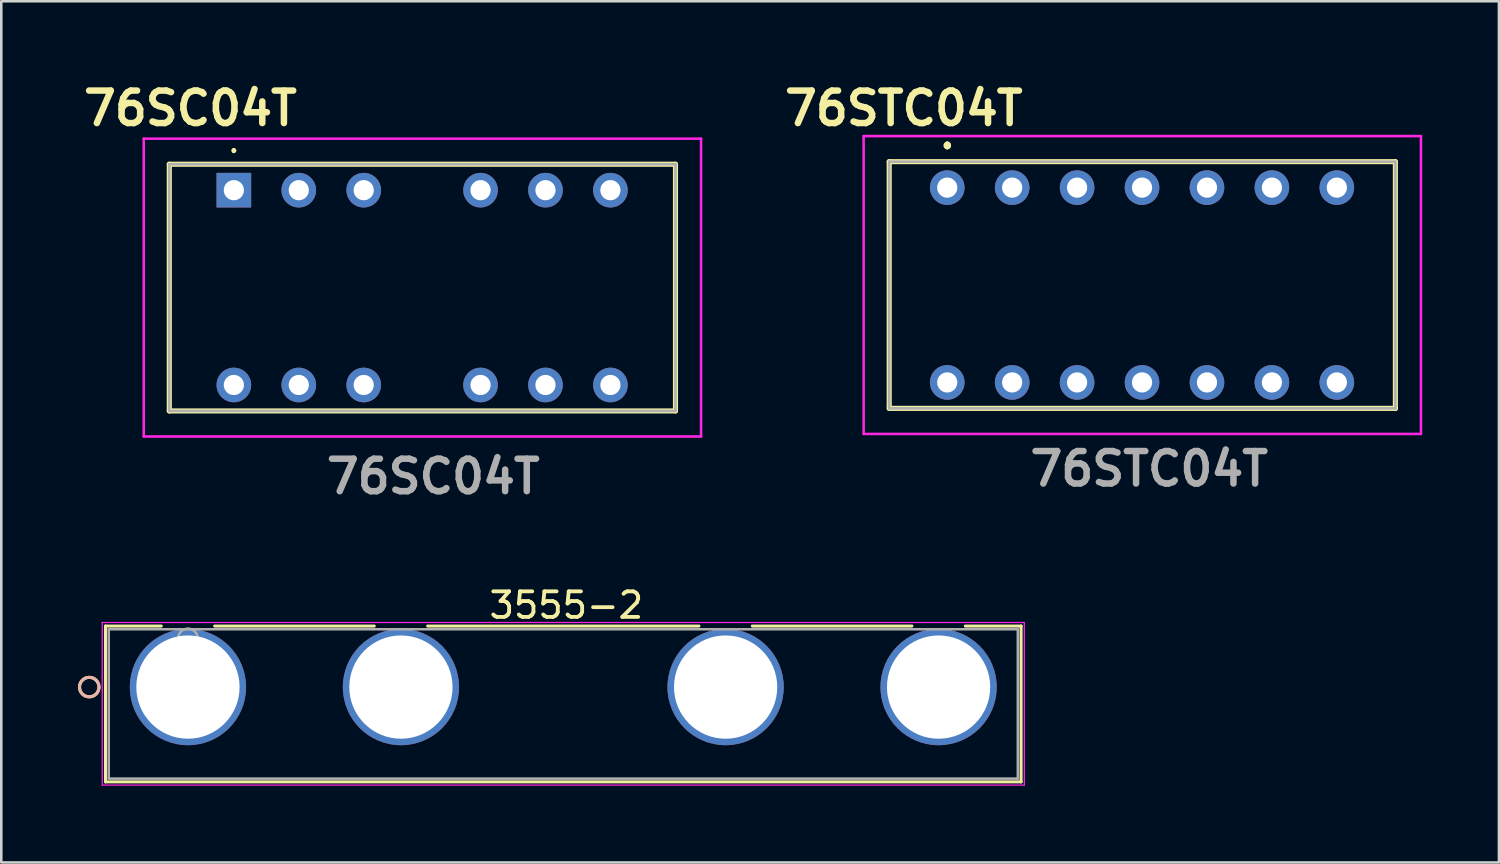
<source format=kicad_pcb>
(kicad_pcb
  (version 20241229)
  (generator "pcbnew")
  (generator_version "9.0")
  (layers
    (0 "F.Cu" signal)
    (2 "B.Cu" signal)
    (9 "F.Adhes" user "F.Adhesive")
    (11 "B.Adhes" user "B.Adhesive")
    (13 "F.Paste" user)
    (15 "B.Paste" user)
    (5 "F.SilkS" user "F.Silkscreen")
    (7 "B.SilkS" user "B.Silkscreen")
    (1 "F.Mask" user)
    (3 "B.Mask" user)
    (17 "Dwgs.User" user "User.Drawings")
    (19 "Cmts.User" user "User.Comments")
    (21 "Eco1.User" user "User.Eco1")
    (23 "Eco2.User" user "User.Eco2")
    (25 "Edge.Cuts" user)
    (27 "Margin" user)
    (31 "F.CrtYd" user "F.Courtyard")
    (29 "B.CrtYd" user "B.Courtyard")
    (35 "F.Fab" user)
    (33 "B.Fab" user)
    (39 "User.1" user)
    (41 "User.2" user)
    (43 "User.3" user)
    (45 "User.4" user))
  (footprint "76STC04T"
    (layer "F.Cu")
    (at 34.002 4.289)
    (property "Reference" "76STC04T" (at -1.7 -3.1 0) (layer "F.SilkS") (effects (font (size 1.27 1.27) (thickness 0.254))))
    (attr through_hole)
    (fp_line (start -2.27 -1.015) (end 17.53 -1.015) (stroke (width 0.2) (type solid)) (layer "F.SilkS"))
    (fp_line (start -2.27 8.635) (end -2.27 -1.015) (stroke (width 0.2) (type solid)) (layer "F.SilkS"))
    (fp_line (start 0 -1.7) (end 0 -1.7) (stroke (width 0.2) (type solid)) (layer "F.SilkS"))
    (fp_line (start 0 -1.6) (end 0 -1.6) (stroke (width 0.2) (type solid)) (layer "F.SilkS"))
    (fp_line (start 0 -1.6) (end 0 -1.6) (stroke (width 0.2) (type solid)) (layer "F.SilkS"))
    (fp_line (start 17.53 -1.015) (end 17.53 8.635) (stroke (width 0.2) (type solid)) (layer "F.SilkS"))
    (fp_line (start 17.53 8.635) (end -2.27 8.635) (stroke (width 0.2) (type solid)) (layer "F.SilkS"))
    (fp_arc (start 0 -1.7) (mid 0.05 -1.65) (end 0 -1.6) (stroke (width 0.2) (type solid)) (layer "F.SilkS"))
    (fp_arc (start 0 -1.7) (mid 0.05 -1.65) (end 0 -1.6) (stroke (width 0.2) (type solid)) (layer "F.SilkS"))
    (fp_arc (start 0 -1.6) (mid -0.05 -1.65) (end 0 -1.7) (stroke (width 0.2) (type solid)) (layer "F.SilkS"))
    (fp_line (start -3.27 -2.015) (end 18.53 -2.015) (stroke (width 0.1) (type solid)) (layer "F.CrtYd"))
    (fp_line (start -3.27 9.635) (end -3.27 -2.015) (stroke (width 0.1) (type solid)) (layer "F.CrtYd"))
    (fp_line (start 18.53 -2.015) (end 18.53 9.635) (stroke (width 0.1) (type solid)) (layer "F.CrtYd"))
    (fp_line (start 18.53 9.635) (end -3.27 9.635) (stroke (width 0.1) (type solid)) (layer "F.CrtYd"))
    (fp_line (start -2.27 -1.015) (end -2.27 8.635) (stroke (width 0.1) (type solid)) (layer "F.Fab"))
    (fp_line (start -2.27 8.635) (end 17.53 8.635) (stroke (width 0.1) (type solid)) (layer "F.Fab"))
    (fp_line (start 17.53 -1.015) (end -2.27 -1.015) (stroke (width 0.1) (type solid)) (layer "F.Fab"))
    (fp_line (start 17.53 8.635) (end 17.53 -1.015) (stroke (width 0.1) (type solid)) (layer "F.Fab"))
    (fp_text user "${REFERENCE}" (at 7.9 11 0) (layer "F.Fab") (effects (font (size 1.27 1.27) (thickness 0.254))))
    (pad "1" thru_hole circle (at 0 0) (size 1.354 1.354) (drill 0.79) (layers "*.Cu" "*.Mask"))
    (pad "2" thru_hole circle (at 5.08 0) (size 1.354 1.354) (drill 0.79) (layers "*.Cu" "*.Mask"))
    (pad "3" thru_hole circle (at 10.16 0) (size 1.354 1.354) (drill 0.79) (layers "*.Cu" "*.Mask"))
    (pad "4" thru_hole circle (at 15.24 0) (size 1.354 1.354) (drill 0.79) (layers "*.Cu" "*.Mask"))
    (pad "5" thru_hole circle (at 0 7.62) (size 1.354 1.354) (drill 0.79) (layers "*.Cu" "*.Mask"))
    (pad "6" thru_hole circle (at 5.08 7.62) (size 1.354 1.354) (drill 0.79) (layers "*.Cu" "*.Mask"))
    (pad "7" thru_hole circle (at 10.16 7.62) (size 1.354 1.354) (drill 0.79) (layers "*.Cu" "*.Mask"))
    (pad "8" thru_hole circle (at 15.24 7.62) (size 1.354 1.354) (drill 0.79) (layers "*.Cu" "*.Mask"))
    (pad "C1" thru_hole circle (at 2.54 0) (size 1.354 1.354) (drill 0.79) (layers "*.Cu" "*.Mask"))
    (pad "C2" thru_hole circle (at 7.62 0) (size 1.354 1.354) (drill 0.79) (layers "*.Cu" "*.Mask"))
    (pad "C3" thru_hole circle (at 12.7 0) (size 1.354 1.354) (drill 0.79) (layers "*.Cu" "*.Mask"))
    (pad "C4" thru_hole circle (at 2.54 7.62) (size 1.354 1.354) (drill 0.79) (layers "*.Cu" "*.Mask"))
    (pad "C5" thru_hole circle (at 7.62 7.62) (size 1.354 1.354) (drill 0.79) (layers "*.Cu" "*.Mask"))
    (pad "C6" thru_hole circle (at 12.7 7.62) (size 1.354 1.354) (drill 0.79) (layers "*.Cu" "*.Mask")))
  (footprint "3555-2"
    (layer "F.Cu")
    (at 4.302 23.826)
    (property "Reference" "3555-2" (at 14.8 -3.2 0) (layer "F.SilkS") (effects (font (size 1 1) (thickness 0.15))))
    (attr through_hole)
    (fp_line (start -3.226 -2.388) (end -3.226 3.708) (stroke (width 0.12) (type solid)) (layer "F.SilkS"))
    (fp_line (start -3.226 3.708) (end 32.588 3.708) (stroke (width 0.12) (type solid)) (layer "F.SilkS"))
    (fp_line (start -1.044 -2.388) (end -3.226 -2.388) (stroke (width 0.12) (type solid)) (layer "F.SilkS"))
    (fp_line (start 7.287 -2.388) (end 1.044 -2.388) (stroke (width 0.12) (type solid)) (layer "F.SilkS"))
    (fp_line (start 19.987 -2.388) (end 9.376 -2.388) (stroke (width 0.12) (type solid)) (layer "F.SilkS"))
    (fp_line (start 28.318 -2.388) (end 22.076 -2.388) (stroke (width 0.12) (type solid)) (layer "F.SilkS"))
    (fp_line (start 32.588 -2.388) (end 30.407 -2.388) (stroke (width 0.12) (type solid)) (layer "F.SilkS"))
    (fp_line (start 32.588 3.708) (end 32.588 -2.388) (stroke (width 0.12) (type solid)) (layer "F.SilkS"))
    (fp_circle (center -3.861 0) (end -3.48 0) (stroke (width 0.12) (type solid)) (fill no) (layer "F.SilkS"))
    (fp_circle (center -3.861 0) (end -3.48 0) (stroke (width 0.12) (type solid)) (fill no) (layer "B.SilkS"))
    (fp_line (start -3.353 -2.527) (end -3.353 3.835) (stroke (width 0.05) (type solid)) (layer "F.CrtYd"))
    (fp_line (start -3.353 3.835) (end 32.715 3.835) (stroke (width 0.05) (type solid)) (layer "F.CrtYd"))
    (fp_line (start 32.715 -2.527) (end -3.353 -2.527) (stroke (width 0.05) (type solid)) (layer "F.CrtYd"))
    (fp_line (start 32.715 3.835) (end 32.715 -2.527) (stroke (width 0.05) (type solid)) (layer "F.CrtYd"))
    (fp_line (start -3.099 -2.261) (end -3.099 3.581) (stroke (width 0.1) (type solid)) (layer "F.Fab"))
    (fp_line (start -3.099 3.581) (end 32.461 3.581) (stroke (width 0.1) (type solid)) (layer "F.Fab"))
    (fp_line (start 32.461 -2.261) (end -3.099 -2.261) (stroke (width 0.1) (type solid)) (layer "F.Fab"))
    (fp_line (start 32.461 3.581) (end 32.461 -2.261) (stroke (width 0.1) (type solid)) (layer "F.Fab"))
    (fp_circle (center 0 -1.905) (end 0.381 -1.905) (stroke (width 0.1) (type solid)) (fill no) (layer "F.Fab"))
    (fp_text user "*" (at 0 0 0) (layer "F.SilkS") (effects (font (size 1 1) (thickness 0.15))))
    (fp_text user "*" (at 0 0 0) (layer "F.Fab") (effects (font (size 1 1) (thickness 0.15))))
    (pad "1" thru_hole circle (at 0 0) (size 4.547 4.547) (drill 4.039) (layers "*.Cu" "*.Mask"))
    (pad "2" thru_hole circle (at 8.331 0) (size 4.547 4.547) (drill 4.039) (layers "*.Cu" "*.Mask"))
    (pad "3" thru_hole circle (at 29.362 0) (size 4.547 4.547) (drill 4.039) (layers "*.Cu" "*.Mask"))
    (pad "4" thru_hole circle (at 21.031 0) (size 4.547 4.547) (drill 4.039) (layers "*.Cu" "*.Mask")))
  (footprint "76SC04T"
    (layer "F.Cu")
    (at 6.097 4.389)
    (property "Reference" "76SC04T" (at -1.7 -3.2 0) (layer "F.SilkS") (effects (font (size 1.27 1.27) (thickness 0.254))))
    (attr through_hole)
    (fp_line (start -2.525 -1.015) (end 17.275 -1.015) (stroke (width 0.2) (type solid)) (layer "F.SilkS"))
    (fp_line (start -2.525 8.635) (end -2.525 -1.015) (stroke (width 0.2) (type solid)) (layer "F.SilkS"))
    (fp_line (start 0 -1.6) (end 0 -1.6) (stroke (width 0.1) (type solid)) (layer "F.SilkS"))
    (fp_line (start 0 -1.5) (end 0 -1.5) (stroke (width 0.1) (type solid)) (layer "F.SilkS"))
    (fp_line (start 17.275 -1.015) (end 17.275 8.635) (stroke (width 0.2) (type solid)) (layer "F.SilkS"))
    (fp_line (start 17.275 8.635) (end -2.525 8.635) (stroke (width 0.2) (type solid)) (layer "F.SilkS"))
    (fp_arc (start 0 -1.6) (mid 0.05 -1.55) (end 0 -1.5) (stroke (width 0.1) (type solid)) (layer "F.SilkS"))
    (fp_arc (start 0 -1.5) (mid -0.05 -1.55) (end 0 -1.6) (stroke (width 0.1) (type solid)) (layer "F.SilkS"))
    (fp_line (start -3.525 -2.015) (end 18.275 -2.015) (stroke (width 0.1) (type solid)) (layer "F.CrtYd"))
    (fp_line (start -3.525 9.635) (end -3.525 -2.015) (stroke (width 0.1) (type solid)) (layer "F.CrtYd"))
    (fp_line (start 18.275 -2.015) (end 18.275 9.635) (stroke (width 0.1) (type solid)) (layer "F.CrtYd"))
    (fp_line (start 18.275 9.635) (end -3.525 9.635) (stroke (width 0.1) (type solid)) (layer "F.CrtYd"))
    (fp_line (start -2.525 -1.015) (end 17.275 -1.015) (stroke (width 0.1) (type solid)) (layer "F.Fab"))
    (fp_line (start -2.525 8.635) (end -2.525 -1.015) (stroke (width 0.1) (type solid)) (layer "F.Fab"))
    (fp_line (start 17.275 -1.015) (end 17.275 8.635) (stroke (width 0.1) (type solid)) (layer "F.Fab"))
    (fp_line (start 17.275 8.635) (end -2.525 8.635) (stroke (width 0.1) (type solid)) (layer "F.Fab"))
    (fp_text user "${REFERENCE}" (at 7.8 11.2 0) (layer "F.Fab") (effects (font (size 1.27 1.27) (thickness 0.254))))
    (pad "1" thru_hole rect (at 0 0) (size 1.354 1.354) (drill 0.79) (layers "*.Cu" "*.Mask"))
    (pad "2" thru_hole circle (at 5.08 0) (size 1.354 1.354) (drill 0.79) (layers "*.Cu" "*.Mask"))
    (pad "3" thru_hole circle (at 0 7.62) (size 1.354 1.354) (drill 0.79) (layers "*.Cu" "*.Mask"))
    (pad "4" thru_hole circle (at 5.08 7.62) (size 1.354 1.354) (drill 0.79) (layers "*.Cu" "*.Mask"))
    (pad "5" thru_hole circle (at 9.65 0) (size 1.354 1.354) (drill 0.79) (layers "*.Cu" "*.Mask"))
    (pad "6" thru_hole circle (at 14.73 0) (size 1.354 1.354) (drill 0.79) (layers "*.Cu" "*.Mask"))
    (pad "7" thru_hole circle (at 9.65 7.62) (size 1.354 1.354) (drill 0.79) (layers "*.Cu" "*.Mask"))
    (pad "8" thru_hole circle (at 14.73 7.62) (size 1.354 1.354) (drill 0.79) (layers "*.Cu" "*.Mask"))
    (pad "C1" thru_hole circle (at 2.54 0) (size 1.354 1.354) (drill 0.79) (layers "*.Cu" "*.Mask"))
    (pad "C2" thru_hole circle (at 2.54 7.62) (size 1.354 1.354) (drill 0.79) (layers "*.Cu" "*.Mask"))
    (pad "C3" thru_hole circle (at 12.19 0) (size 1.354 1.354) (drill 0.79) (layers "*.Cu" "*.Mask"))
    (pad "C4" thru_hole circle (at 12.19 7.62) (size 1.354 1.354) (drill 0.79) (layers "*.Cu" "*.Mask")))
  (gr_rect
    (start -3 -3)
    (end 55.582 30.686)
    (stroke (width 0.1) (type default))
    (fill no)
    (layer "Edge.Cuts")))
</source>
